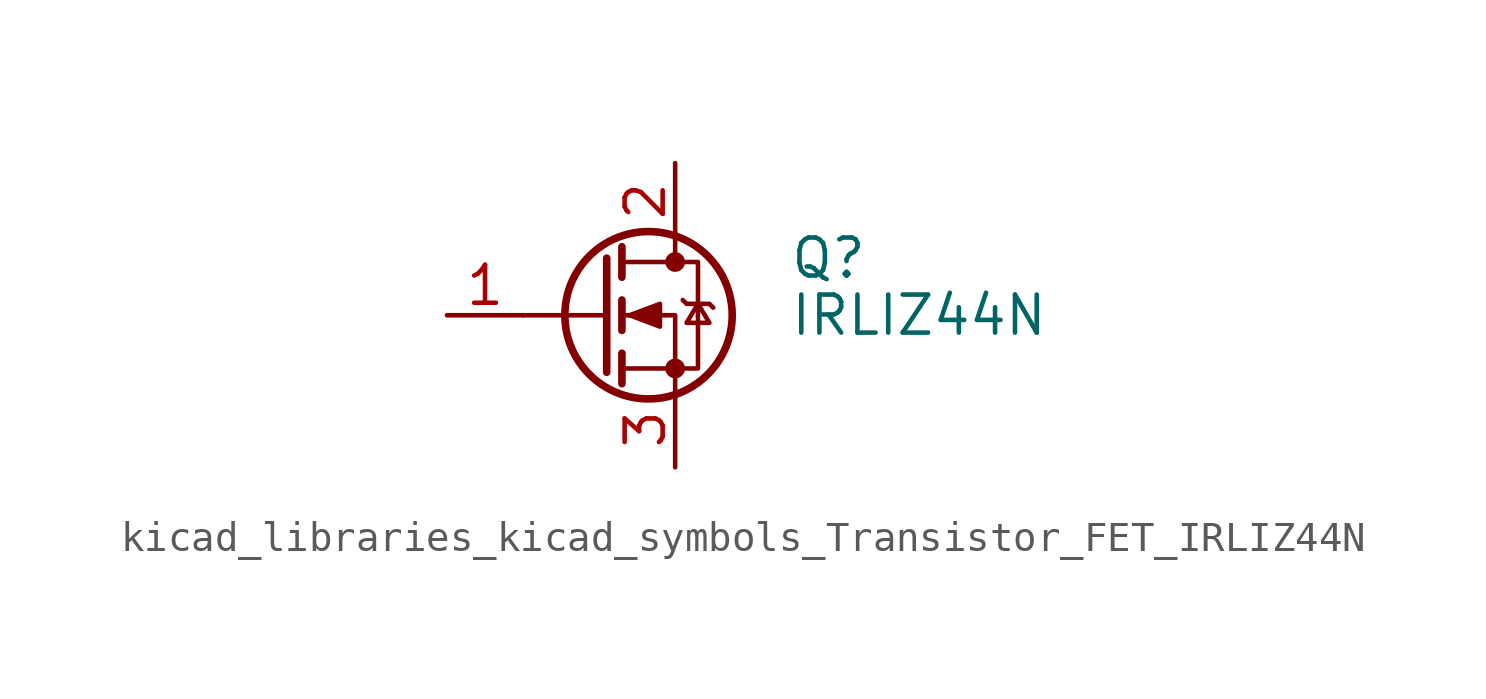
<source format=kicad_sym>
(kicad_symbol_lib
  (version 20220914)
  (generator kicad_symbol_editor)
  (symbol "kicad_libraries_kicad_symbols_Transistor_FET_IRLIZ44N"
    (pin_names hide)
    (property "Reference" "Q"
      (at 6.35 1.905 0)
      (effects (font (size 1.27 1.27)) (justify left)))
    (property "Value" "IRLIZ44N"
      (at 6.35 0 0)
      (effects (font (size 1.27 1.27)) (justify left)))
    (symbol "kicad_libraries_kicad_symbols_Transistor_FET_IRLIZ44N_0_1"
      (polyline (pts (xy 0.254 0) (xy -2.54 0)) (stroke (width 0) (type default)) (fill (type none)))
      (polyline (pts (xy 0.254 1.905) (xy 0.254 -1.905)) (stroke (width 0.254) (type default)) (fill (type none)))
      (polyline (pts (xy 0.762 -1.27) (xy 0.762 -2.286)) (stroke (width 0.254) (type default)) (fill (type none)))
      (polyline (pts (xy 0.762 0.508) (xy 0.762 -0.508)) (stroke (width 0.254) (type default)) (fill (type none)))
      (polyline (pts (xy 0.762 2.286) (xy 0.762 1.27)) (stroke (width 0.254) (type default)) (fill (type none)))
      (polyline (pts (xy 2.54 2.54) (xy 2.54 1.778)) (stroke (width 0) (type default)) (fill (type none)))
      (polyline (pts (xy 2.54 -2.54) (xy 2.54 0) (xy 0.762 0)) (stroke (width 0) (type default)) (fill (type none)))
      (polyline (pts (xy 0.762 -1.778) (xy 3.302 -1.778) (xy 3.302 1.778) (xy 0.762 1.778)) (stroke (width 0) (type default)) (fill (type none)))
      (polyline (pts (xy 1.016 0) (xy 2.032 0.381) (xy 2.032 -0.381) (xy 1.016 0)) (stroke (width 0) (type default)) (fill (type outline)))
      (polyline (pts (xy 2.794 0.508) (xy 2.921 0.381) (xy 3.683 0.381) (xy 3.81 0.254)) (stroke (width 0) (type default)) (fill (type none)))
      (polyline (pts (xy 3.302 0.381) (xy 2.921 -0.254) (xy 3.683 -0.254) (xy 3.302 0.381)) (stroke (width 0) (type default)) (fill (type none)))
      (circle (center 1.651 0) (radius 2.794) (stroke (width 0.254) (type default)) (fill (type none)))
      (circle (center 2.54 -1.778) (radius 0.254) (stroke (width 0) (type default)) (fill (type outline)))
      (circle (center 2.54 1.778) (radius 0.254) (stroke (width 0) (type default)) (fill (type outline))))
    (symbol "kicad_libraries_kicad_symbols_Transistor_FET_IRLIZ44N_1_1"
      (pin input line (at -5.08 0 0) (length 2.54) (name "G" (effects (font (size 1.27 1.27)))) (number "1" (effects (font (size 1.27 1.27)))))
      (pin passive line (at 2.54 5.08 270) (length 2.54) (name "D" (effects (font (size 1.27 1.27)))) (number "2" (effects (font (size 1.27 1.27)))))
      (pin passive line (at 2.54 -5.08 90) (length 2.54) (name "S" (effects (font (size 1.27 1.27)))) (number "3" (effects (font (size 1.27 1.27))))))))
</source>
